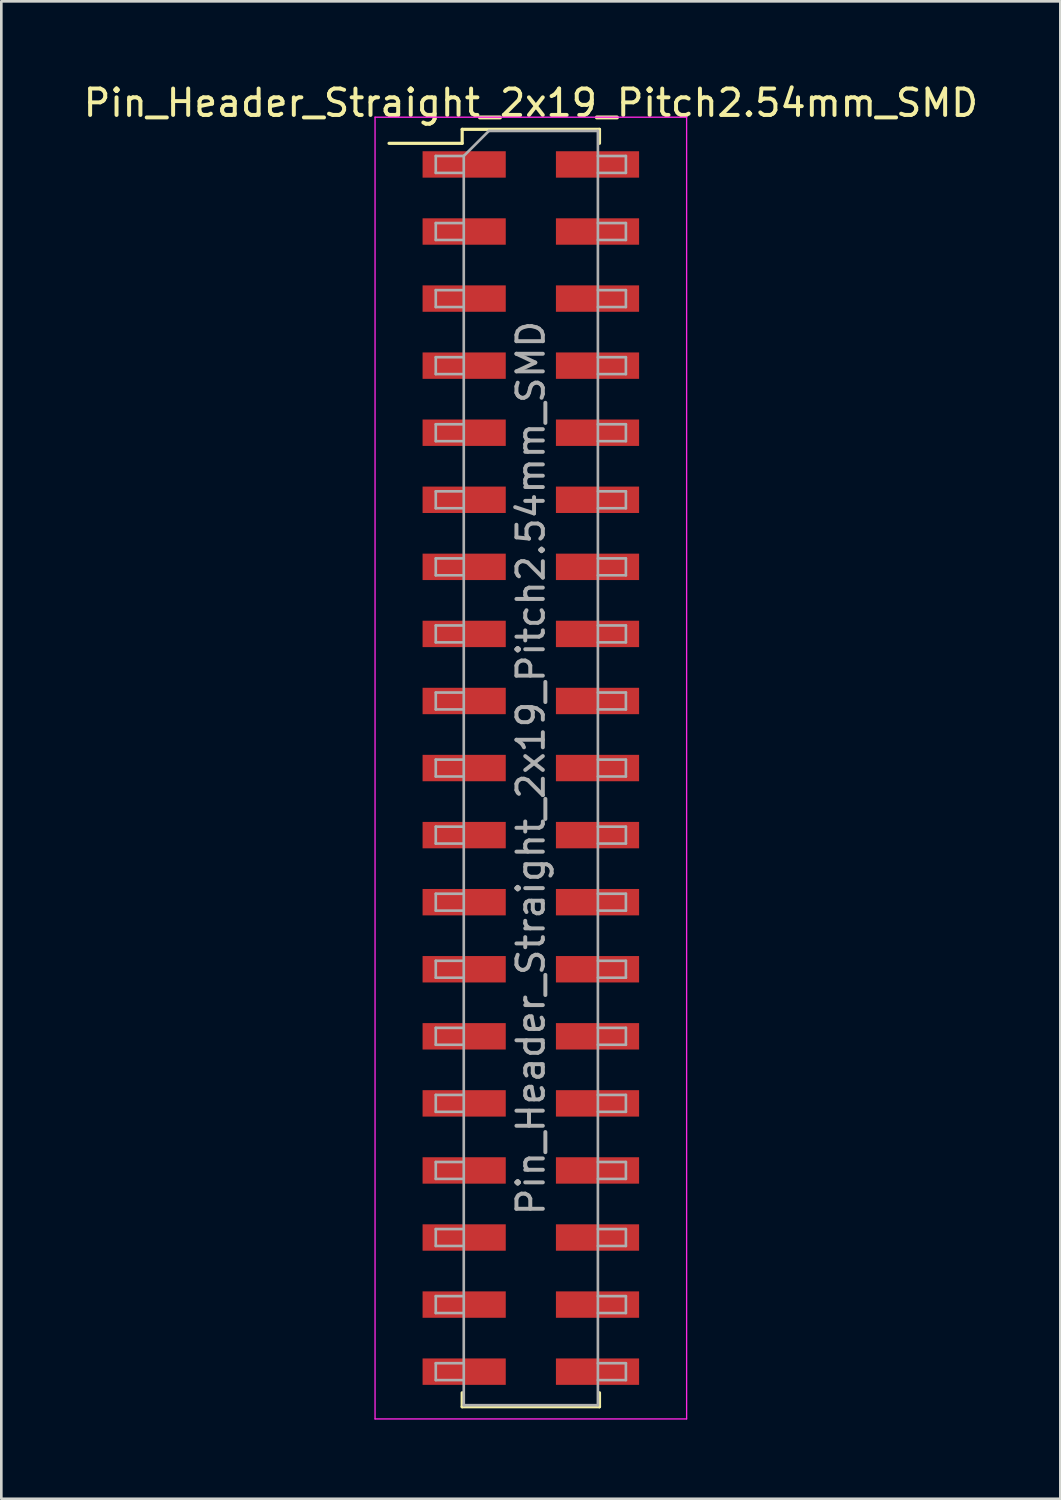
<source format=kicad_pcb>
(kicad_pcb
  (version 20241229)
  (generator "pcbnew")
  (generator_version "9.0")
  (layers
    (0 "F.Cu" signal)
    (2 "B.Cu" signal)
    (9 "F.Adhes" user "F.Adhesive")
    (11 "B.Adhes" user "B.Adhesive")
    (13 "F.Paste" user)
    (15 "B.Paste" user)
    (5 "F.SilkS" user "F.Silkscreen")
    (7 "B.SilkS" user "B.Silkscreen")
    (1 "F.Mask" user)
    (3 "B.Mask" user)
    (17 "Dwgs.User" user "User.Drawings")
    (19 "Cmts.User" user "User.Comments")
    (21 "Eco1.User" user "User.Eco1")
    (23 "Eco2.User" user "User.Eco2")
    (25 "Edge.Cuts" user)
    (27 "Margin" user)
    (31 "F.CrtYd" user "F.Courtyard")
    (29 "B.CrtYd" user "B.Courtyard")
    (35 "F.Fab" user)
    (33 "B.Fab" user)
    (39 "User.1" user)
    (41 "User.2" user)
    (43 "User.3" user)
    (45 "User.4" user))
  (footprint "Pin_Header_Straight_2x19_Pitch2.54mm_SMD"
    (layer "F.Cu")
    (at 17.054 26.038)
    (property "Reference" "Pin_Header_Straight_2x19_Pitch2.54mm_SMD" (at 0 -25.19 0) (layer "F.SilkS") (effects (font (size 1 1) (thickness 0.15))))
    (attr smd)
    (fp_line (start -5.37 -23.66) (end -2.6 -23.66) (stroke (width 0.12) (type solid)) (layer "F.SilkS"))
    (fp_line (start -2.6 -24.19) (end 2.6 -24.19) (stroke (width 0.12) (type solid)) (layer "F.SilkS"))
    (fp_line (start -2.6 -23.66) (end -2.6 -24.19) (stroke (width 0.12) (type solid)) (layer "F.SilkS"))
    (fp_line (start -2.6 23.66) (end -2.6 24.19) (stroke (width 0.12) (type solid)) (layer "F.SilkS"))
    (fp_line (start -2.6 24.19) (end 2.6 24.19) (stroke (width 0.12) (type solid)) (layer "F.SilkS"))
    (fp_line (start 2.6 -24.19) (end 2.6 -23.66) (stroke (width 0.12) (type solid)) (layer "F.SilkS"))
    (fp_line (start 2.6 24.19) (end 2.6 23.66) (stroke (width 0.12) (type solid)) (layer "F.SilkS"))
    (fp_line (start -5.9 -24.65) (end -5.9 24.65) (stroke (width 0.05) (type solid)) (layer "F.CrtYd"))
    (fp_line (start -5.9 24.65) (end 5.9 24.65) (stroke (width 0.05) (type solid)) (layer "F.CrtYd"))
    (fp_line (start 5.9 -24.65) (end -5.9 -24.65) (stroke (width 0.05) (type solid)) (layer "F.CrtYd"))
    (fp_line (start 5.9 24.65) (end 5.9 -24.65) (stroke (width 0.05) (type solid)) (layer "F.CrtYd"))
    (fp_line (start -3.6 -23.18) (end -3.6 -22.54) (stroke (width 0.1) (type solid)) (layer "F.Fab"))
    (fp_line (start -3.6 -22.54) (end -2.54 -22.54) (stroke (width 0.1) (type solid)) (layer "F.Fab"))
    (fp_line (start -3.6 -20.64) (end -3.6 -20) (stroke (width 0.1) (type solid)) (layer "F.Fab"))
    (fp_line (start -3.6 -20) (end -2.54 -20) (stroke (width 0.1) (type solid)) (layer "F.Fab"))
    (fp_line (start -3.6 -18.1) (end -3.6 -17.46) (stroke (width 0.1) (type solid)) (layer "F.Fab"))
    (fp_line (start -3.6 -17.46) (end -2.54 -17.46) (stroke (width 0.1) (type solid)) (layer "F.Fab"))
    (fp_line (start -3.6 -15.56) (end -3.6 -14.92) (stroke (width 0.1) (type solid)) (layer "F.Fab"))
    (fp_line (start -3.6 -14.92) (end -2.54 -14.92) (stroke (width 0.1) (type solid)) (layer "F.Fab"))
    (fp_line (start -3.6 -13.02) (end -3.6 -12.38) (stroke (width 0.1) (type solid)) (layer "F.Fab"))
    (fp_line (start -3.6 -12.38) (end -2.54 -12.38) (stroke (width 0.1) (type solid)) (layer "F.Fab"))
    (fp_line (start -3.6 -10.48) (end -3.6 -9.84) (stroke (width 0.1) (type solid)) (layer "F.Fab"))
    (fp_line (start -3.6 -9.84) (end -2.54 -9.84) (stroke (width 0.1) (type solid)) (layer "F.Fab"))
    (fp_line (start -3.6 -7.94) (end -3.6 -7.3) (stroke (width 0.1) (type solid)) (layer "F.Fab"))
    (fp_line (start -3.6 -7.3) (end -2.54 -7.3) (stroke (width 0.1) (type solid)) (layer "F.Fab"))
    (fp_line (start -3.6 -5.4) (end -3.6 -4.76) (stroke (width 0.1) (type solid)) (layer "F.Fab"))
    (fp_line (start -3.6 -4.76) (end -2.54 -4.76) (stroke (width 0.1) (type solid)) (layer "F.Fab"))
    (fp_line (start -3.6 -2.86) (end -3.6 -2.22) (stroke (width 0.1) (type solid)) (layer "F.Fab"))
    (fp_line (start -3.6 -2.22) (end -2.54 -2.22) (stroke (width 0.1) (type solid)) (layer "F.Fab"))
    (fp_line (start -3.6 -0.32) (end -3.6 0.32) (stroke (width 0.1) (type solid)) (layer "F.Fab"))
    (fp_line (start -3.6 0.32) (end -2.54 0.32) (stroke (width 0.1) (type solid)) (layer "F.Fab"))
    (fp_line (start -3.6 2.22) (end -3.6 2.86) (stroke (width 0.1) (type solid)) (layer "F.Fab"))
    (fp_line (start -3.6 2.86) (end -2.54 2.86) (stroke (width 0.1) (type solid)) (layer "F.Fab"))
    (fp_line (start -3.6 4.76) (end -3.6 5.4) (stroke (width 0.1) (type solid)) (layer "F.Fab"))
    (fp_line (start -3.6 5.4) (end -2.54 5.4) (stroke (width 0.1) (type solid)) (layer "F.Fab"))
    (fp_line (start -3.6 7.3) (end -3.6 7.94) (stroke (width 0.1) (type solid)) (layer "F.Fab"))
    (fp_line (start -3.6 7.94) (end -2.54 7.94) (stroke (width 0.1) (type solid)) (layer "F.Fab"))
    (fp_line (start -3.6 9.84) (end -3.6 10.48) (stroke (width 0.1) (type solid)) (layer "F.Fab"))
    (fp_line (start -3.6 10.48) (end -2.54 10.48) (stroke (width 0.1) (type solid)) (layer "F.Fab"))
    (fp_line (start -3.6 12.38) (end -3.6 13.02) (stroke (width 0.1) (type solid)) (layer "F.Fab"))
    (fp_line (start -3.6 13.02) (end -2.54 13.02) (stroke (width 0.1) (type solid)) (layer "F.Fab"))
    (fp_line (start -3.6 14.92) (end -3.6 15.56) (stroke (width 0.1) (type solid)) (layer "F.Fab"))
    (fp_line (start -3.6 15.56) (end -2.54 15.56) (stroke (width 0.1) (type solid)) (layer "F.Fab"))
    (fp_line (start -3.6 17.46) (end -3.6 18.1) (stroke (width 0.1) (type solid)) (layer "F.Fab"))
    (fp_line (start -3.6 18.1) (end -2.54 18.1) (stroke (width 0.1) (type solid)) (layer "F.Fab"))
    (fp_line (start -3.6 20) (end -3.6 20.64) (stroke (width 0.1) (type solid)) (layer "F.Fab"))
    (fp_line (start -3.6 20.64) (end -2.54 20.64) (stroke (width 0.1) (type solid)) (layer "F.Fab"))
    (fp_line (start -3.6 22.54) (end -3.6 23.18) (stroke (width 0.1) (type solid)) (layer "F.Fab"))
    (fp_line (start -3.6 23.18) (end -2.54 23.18) (stroke (width 0.1) (type solid)) (layer "F.Fab"))
    (fp_line (start -2.54 -23.18) (end -3.6 -23.18) (stroke (width 0.1) (type solid)) (layer "F.Fab"))
    (fp_line (start -2.54 -23.18) (end -1.59 -24.13) (stroke (width 0.1) (type solid)) (layer "F.Fab"))
    (fp_line (start -2.54 -20.64) (end -3.6 -20.64) (stroke (width 0.1) (type solid)) (layer "F.Fab"))
    (fp_line (start -2.54 -18.1) (end -3.6 -18.1) (stroke (width 0.1) (type solid)) (layer "F.Fab"))
    (fp_line (start -2.54 -15.56) (end -3.6 -15.56) (stroke (width 0.1) (type solid)) (layer "F.Fab"))
    (fp_line (start -2.54 -13.02) (end -3.6 -13.02) (stroke (width 0.1) (type solid)) (layer "F.Fab"))
    (fp_line (start -2.54 -10.48) (end -3.6 -10.48) (stroke (width 0.1) (type solid)) (layer "F.Fab"))
    (fp_line (start -2.54 -7.94) (end -3.6 -7.94) (stroke (width 0.1) (type solid)) (layer "F.Fab"))
    (fp_line (start -2.54 -5.4) (end -3.6 -5.4) (stroke (width 0.1) (type solid)) (layer "F.Fab"))
    (fp_line (start -2.54 -2.86) (end -3.6 -2.86) (stroke (width 0.1) (type solid)) (layer "F.Fab"))
    (fp_line (start -2.54 -0.32) (end -3.6 -0.32) (stroke (width 0.1) (type solid)) (layer "F.Fab"))
    (fp_line (start -2.54 2.22) (end -3.6 2.22) (stroke (width 0.1) (type solid)) (layer "F.Fab"))
    (fp_line (start -2.54 4.76) (end -3.6 4.76) (stroke (width 0.1) (type solid)) (layer "F.Fab"))
    (fp_line (start -2.54 7.3) (end -3.6 7.3) (stroke (width 0.1) (type solid)) (layer "F.Fab"))
    (fp_line (start -2.54 9.84) (end -3.6 9.84) (stroke (width 0.1) (type solid)) (layer "F.Fab"))
    (fp_line (start -2.54 12.38) (end -3.6 12.38) (stroke (width 0.1) (type solid)) (layer "F.Fab"))
    (fp_line (start -2.54 14.92) (end -3.6 14.92) (stroke (width 0.1) (type solid)) (layer "F.Fab"))
    (fp_line (start -2.54 17.46) (end -3.6 17.46) (stroke (width 0.1) (type solid)) (layer "F.Fab"))
    (fp_line (start -2.54 20) (end -3.6 20) (stroke (width 0.1) (type solid)) (layer "F.Fab"))
    (fp_line (start -2.54 22.54) (end -3.6 22.54) (stroke (width 0.1) (type solid)) (layer "F.Fab"))
    (fp_line (start -2.54 24.13) (end -2.54 -23.18) (stroke (width 0.1) (type solid)) (layer "F.Fab"))
    (fp_line (start -1.59 -24.13) (end 2.54 -24.13) (stroke (width 0.1) (type solid)) (layer "F.Fab"))
    (fp_line (start 2.54 -24.13) (end 2.54 24.13) (stroke (width 0.1) (type solid)) (layer "F.Fab"))
    (fp_line (start 2.54 -23.18) (end 3.6 -23.18) (stroke (width 0.1) (type solid)) (layer "F.Fab"))
    (fp_line (start 2.54 -20.64) (end 3.6 -20.64) (stroke (width 0.1) (type solid)) (layer "F.Fab"))
    (fp_line (start 2.54 -18.1) (end 3.6 -18.1) (stroke (width 0.1) (type solid)) (layer "F.Fab"))
    (fp_line (start 2.54 -15.56) (end 3.6 -15.56) (stroke (width 0.1) (type solid)) (layer "F.Fab"))
    (fp_line (start 2.54 -13.02) (end 3.6 -13.02) (stroke (width 0.1) (type solid)) (layer "F.Fab"))
    (fp_line (start 2.54 -10.48) (end 3.6 -10.48) (stroke (width 0.1) (type solid)) (layer "F.Fab"))
    (fp_line (start 2.54 -7.94) (end 3.6 -7.94) (stroke (width 0.1) (type solid)) (layer "F.Fab"))
    (fp_line (start 2.54 -5.4) (end 3.6 -5.4) (stroke (width 0.1) (type solid)) (layer "F.Fab"))
    (fp_line (start 2.54 -2.86) (end 3.6 -2.86) (stroke (width 0.1) (type solid)) (layer "F.Fab"))
    (fp_line (start 2.54 -0.32) (end 3.6 -0.32) (stroke (width 0.1) (type solid)) (layer "F.Fab"))
    (fp_line (start 2.54 2.22) (end 3.6 2.22) (stroke (width 0.1) (type solid)) (layer "F.Fab"))
    (fp_line (start 2.54 4.76) (end 3.6 4.76) (stroke (width 0.1) (type solid)) (layer "F.Fab"))
    (fp_line (start 2.54 7.3) (end 3.6 7.3) (stroke (width 0.1) (type solid)) (layer "F.Fab"))
    (fp_line (start 2.54 9.84) (end 3.6 9.84) (stroke (width 0.1) (type solid)) (layer "F.Fab"))
    (fp_line (start 2.54 12.38) (end 3.6 12.38) (stroke (width 0.1) (type solid)) (layer "F.Fab"))
    (fp_line (start 2.54 14.92) (end 3.6 14.92) (stroke (width 0.1) (type solid)) (layer "F.Fab"))
    (fp_line (start 2.54 17.46) (end 3.6 17.46) (stroke (width 0.1) (type solid)) (layer "F.Fab"))
    (fp_line (start 2.54 20) (end 3.6 20) (stroke (width 0.1) (type solid)) (layer "F.Fab"))
    (fp_line (start 2.54 22.54) (end 3.6 22.54) (stroke (width 0.1) (type solid)) (layer "F.Fab"))
    (fp_line (start 2.54 24.13) (end -2.54 24.13) (stroke (width 0.1) (type solid)) (layer "F.Fab"))
    (fp_line (start 3.6 -23.18) (end 3.6 -22.54) (stroke (width 0.1) (type solid)) (layer "F.Fab"))
    (fp_line (start 3.6 -22.54) (end 2.54 -22.54) (stroke (width 0.1) (type solid)) (layer "F.Fab"))
    (fp_line (start 3.6 -20.64) (end 3.6 -20) (stroke (width 0.1) (type solid)) (layer "F.Fab"))
    (fp_line (start 3.6 -20) (end 2.54 -20) (stroke (width 0.1) (type solid)) (layer "F.Fab"))
    (fp_line (start 3.6 -18.1) (end 3.6 -17.46) (stroke (width 0.1) (type solid)) (layer "F.Fab"))
    (fp_line (start 3.6 -17.46) (end 2.54 -17.46) (stroke (width 0.1) (type solid)) (layer "F.Fab"))
    (fp_line (start 3.6 -15.56) (end 3.6 -14.92) (stroke (width 0.1) (type solid)) (layer "F.Fab"))
    (fp_line (start 3.6 -14.92) (end 2.54 -14.92) (stroke (width 0.1) (type solid)) (layer "F.Fab"))
    (fp_line (start 3.6 -13.02) (end 3.6 -12.38) (stroke (width 0.1) (type solid)) (layer "F.Fab"))
    (fp_line (start 3.6 -12.38) (end 2.54 -12.38) (stroke (width 0.1) (type solid)) (layer "F.Fab"))
    (fp_line (start 3.6 -10.48) (end 3.6 -9.84) (stroke (width 0.1) (type solid)) (layer "F.Fab"))
    (fp_line (start 3.6 -9.84) (end 2.54 -9.84) (stroke (width 0.1) (type solid)) (layer "F.Fab"))
    (fp_line (start 3.6 -7.94) (end 3.6 -7.3) (stroke (width 0.1) (type solid)) (layer "F.Fab"))
    (fp_line (start 3.6 -7.3) (end 2.54 -7.3) (stroke (width 0.1) (type solid)) (layer "F.Fab"))
    (fp_line (start 3.6 -5.4) (end 3.6 -4.76) (stroke (width 0.1) (type solid)) (layer "F.Fab"))
    (fp_line (start 3.6 -4.76) (end 2.54 -4.76) (stroke (width 0.1) (type solid)) (layer "F.Fab"))
    (fp_line (start 3.6 -2.86) (end 3.6 -2.22) (stroke (width 0.1) (type solid)) (layer "F.Fab"))
    (fp_line (start 3.6 -2.22) (end 2.54 -2.22) (stroke (width 0.1) (type solid)) (layer "F.Fab"))
    (fp_line (start 3.6 -0.32) (end 3.6 0.32) (stroke (width 0.1) (type solid)) (layer "F.Fab"))
    (fp_line (start 3.6 0.32) (end 2.54 0.32) (stroke (width 0.1) (type solid)) (layer "F.Fab"))
    (fp_line (start 3.6 2.22) (end 3.6 2.86) (stroke (width 0.1) (type solid)) (layer "F.Fab"))
    (fp_line (start 3.6 2.86) (end 2.54 2.86) (stroke (width 0.1) (type solid)) (layer "F.Fab"))
    (fp_line (start 3.6 4.76) (end 3.6 5.4) (stroke (width 0.1) (type solid)) (layer "F.Fab"))
    (fp_line (start 3.6 5.4) (end 2.54 5.4) (stroke (width 0.1) (type solid)) (layer "F.Fab"))
    (fp_line (start 3.6 7.3) (end 3.6 7.94) (stroke (width 0.1) (type solid)) (layer "F.Fab"))
    (fp_line (start 3.6 7.94) (end 2.54 7.94) (stroke (width 0.1) (type solid)) (layer "F.Fab"))
    (fp_line (start 3.6 9.84) (end 3.6 10.48) (stroke (width 0.1) (type solid)) (layer "F.Fab"))
    (fp_line (start 3.6 10.48) (end 2.54 10.48) (stroke (width 0.1) (type solid)) (layer "F.Fab"))
    (fp_line (start 3.6 12.38) (end 3.6 13.02) (stroke (width 0.1) (type solid)) (layer "F.Fab"))
    (fp_line (start 3.6 13.02) (end 2.54 13.02) (stroke (width 0.1) (type solid)) (layer "F.Fab"))
    (fp_line (start 3.6 14.92) (end 3.6 15.56) (stroke (width 0.1) (type solid)) (layer "F.Fab"))
    (fp_line (start 3.6 15.56) (end 2.54 15.56) (stroke (width 0.1) (type solid)) (layer "F.Fab"))
    (fp_line (start 3.6 17.46) (end 3.6 18.1) (stroke (width 0.1) (type solid)) (layer "F.Fab"))
    (fp_line (start 3.6 18.1) (end 2.54 18.1) (stroke (width 0.1) (type solid)) (layer "F.Fab"))
    (fp_line (start 3.6 20) (end 3.6 20.64) (stroke (width 0.1) (type solid)) (layer "F.Fab"))
    (fp_line (start 3.6 20.64) (end 2.54 20.64) (stroke (width 0.1) (type solid)) (layer "F.Fab"))
    (fp_line (start 3.6 22.54) (end 3.6 23.18) (stroke (width 0.1) (type solid)) (layer "F.Fab"))
    (fp_line (start 3.6 23.18) (end 2.54 23.18) (stroke (width 0.1) (type solid)) (layer "F.Fab"))
    (fp_text user "${REFERENCE}" (at 0 0 90) (layer "F.Fab") (effects (font (size 1 1) (thickness 0.15))))
    (pad "1" smd rect (at -2.525 -22.86) (size 3.15 1) (layers "F.Cu" "F.Mask" "F.Paste"))
    (pad "2" smd rect (at 2.525 -22.86) (size 3.15 1) (layers "F.Cu" "F.Mask" "F.Paste"))
    (pad "3" smd rect (at -2.525 -20.32) (size 3.15 1) (layers "F.Cu" "F.Mask" "F.Paste"))
    (pad "4" smd rect (at 2.525 -20.32) (size 3.15 1) (layers "F.Cu" "F.Mask" "F.Paste"))
    (pad "5" smd rect (at -2.525 -17.78) (size 3.15 1) (layers "F.Cu" "F.Mask" "F.Paste"))
    (pad "6" smd rect (at 2.525 -17.78) (size 3.15 1) (layers "F.Cu" "F.Mask" "F.Paste"))
    (pad "7" smd rect (at -2.525 -15.24) (size 3.15 1) (layers "F.Cu" "F.Mask" "F.Paste"))
    (pad "8" smd rect (at 2.525 -15.24) (size 3.15 1) (layers "F.Cu" "F.Mask" "F.Paste"))
    (pad "9" smd rect (at -2.525 -12.7) (size 3.15 1) (layers "F.Cu" "F.Mask" "F.Paste"))
    (pad "10" smd rect (at 2.525 -12.7) (size 3.15 1) (layers "F.Cu" "F.Mask" "F.Paste"))
    (pad "11" smd rect (at -2.525 -10.16) (size 3.15 1) (layers "F.Cu" "F.Mask" "F.Paste"))
    (pad "12" smd rect (at 2.525 -10.16) (size 3.15 1) (layers "F.Cu" "F.Mask" "F.Paste"))
    (pad "13" smd rect (at -2.525 -7.62) (size 3.15 1) (layers "F.Cu" "F.Mask" "F.Paste"))
    (pad "14" smd rect (at 2.525 -7.62) (size 3.15 1) (layers "F.Cu" "F.Mask" "F.Paste"))
    (pad "15" smd rect (at -2.525 -5.08) (size 3.15 1) (layers "F.Cu" "F.Mask" "F.Paste"))
    (pad "16" smd rect (at 2.525 -5.08) (size 3.15 1) (layers "F.Cu" "F.Mask" "F.Paste"))
    (pad "17" smd rect (at -2.525 -2.54) (size 3.15 1) (layers "F.Cu" "F.Mask" "F.Paste"))
    (pad "18" smd rect (at 2.525 -2.54) (size 3.15 1) (layers "F.Cu" "F.Mask" "F.Paste"))
    (pad "19" smd rect (at -2.525 0) (size 3.15 1) (layers "F.Cu" "F.Mask" "F.Paste"))
    (pad "20" smd rect (at 2.525 0) (size 3.15 1) (layers "F.Cu" "F.Mask" "F.Paste"))
    (pad "21" smd rect (at -2.525 2.54) (size 3.15 1) (layers "F.Cu" "F.Mask" "F.Paste"))
    (pad "22" smd rect (at 2.525 2.54) (size 3.15 1) (layers "F.Cu" "F.Mask" "F.Paste"))
    (pad "23" smd rect (at -2.525 5.08) (size 3.15 1) (layers "F.Cu" "F.Mask" "F.Paste"))
    (pad "24" smd rect (at 2.525 5.08) (size 3.15 1) (layers "F.Cu" "F.Mask" "F.Paste"))
    (pad "25" smd rect (at -2.525 7.62) (size 3.15 1) (layers "F.Cu" "F.Mask" "F.Paste"))
    (pad "26" smd rect (at 2.525 7.62) (size 3.15 1) (layers "F.Cu" "F.Mask" "F.Paste"))
    (pad "27" smd rect (at -2.525 10.16) (size 3.15 1) (layers "F.Cu" "F.Mask" "F.Paste"))
    (pad "28" smd rect (at 2.525 10.16) (size 3.15 1) (layers "F.Cu" "F.Mask" "F.Paste"))
    (pad "29" smd rect (at -2.525 12.7) (size 3.15 1) (layers "F.Cu" "F.Mask" "F.Paste"))
    (pad "30" smd rect (at 2.525 12.7) (size 3.15 1) (layers "F.Cu" "F.Mask" "F.Paste"))
    (pad "31" smd rect (at -2.525 15.24) (size 3.15 1) (layers "F.Cu" "F.Mask" "F.Paste"))
    (pad "32" smd rect (at 2.525 15.24) (size 3.15 1) (layers "F.Cu" "F.Mask" "F.Paste"))
    (pad "33" smd rect (at -2.525 17.78) (size 3.15 1) (layers "F.Cu" "F.Mask" "F.Paste"))
    (pad "34" smd rect (at 2.525 17.78) (size 3.15 1) (layers "F.Cu" "F.Mask" "F.Paste"))
    (pad "35" smd rect (at -2.525 20.32) (size 3.15 1) (layers "F.Cu" "F.Mask" "F.Paste"))
    (pad "36" smd rect (at 2.525 20.32) (size 3.15 1) (layers "F.Cu" "F.Mask" "F.Paste"))
    (pad "37" smd rect (at -2.525 22.86) (size 3.15 1) (layers "F.Cu" "F.Mask" "F.Paste"))
    (pad "38" smd rect (at 2.525 22.86) (size 3.15 1) (layers "F.Cu" "F.Mask" "F.Paste")))
  (gr_rect
    (start -3 -3)
    (end 37.107 53.713)
    (stroke (width 0.1) (type default))
    (fill no)
    (layer "Edge.Cuts")))
</source>
